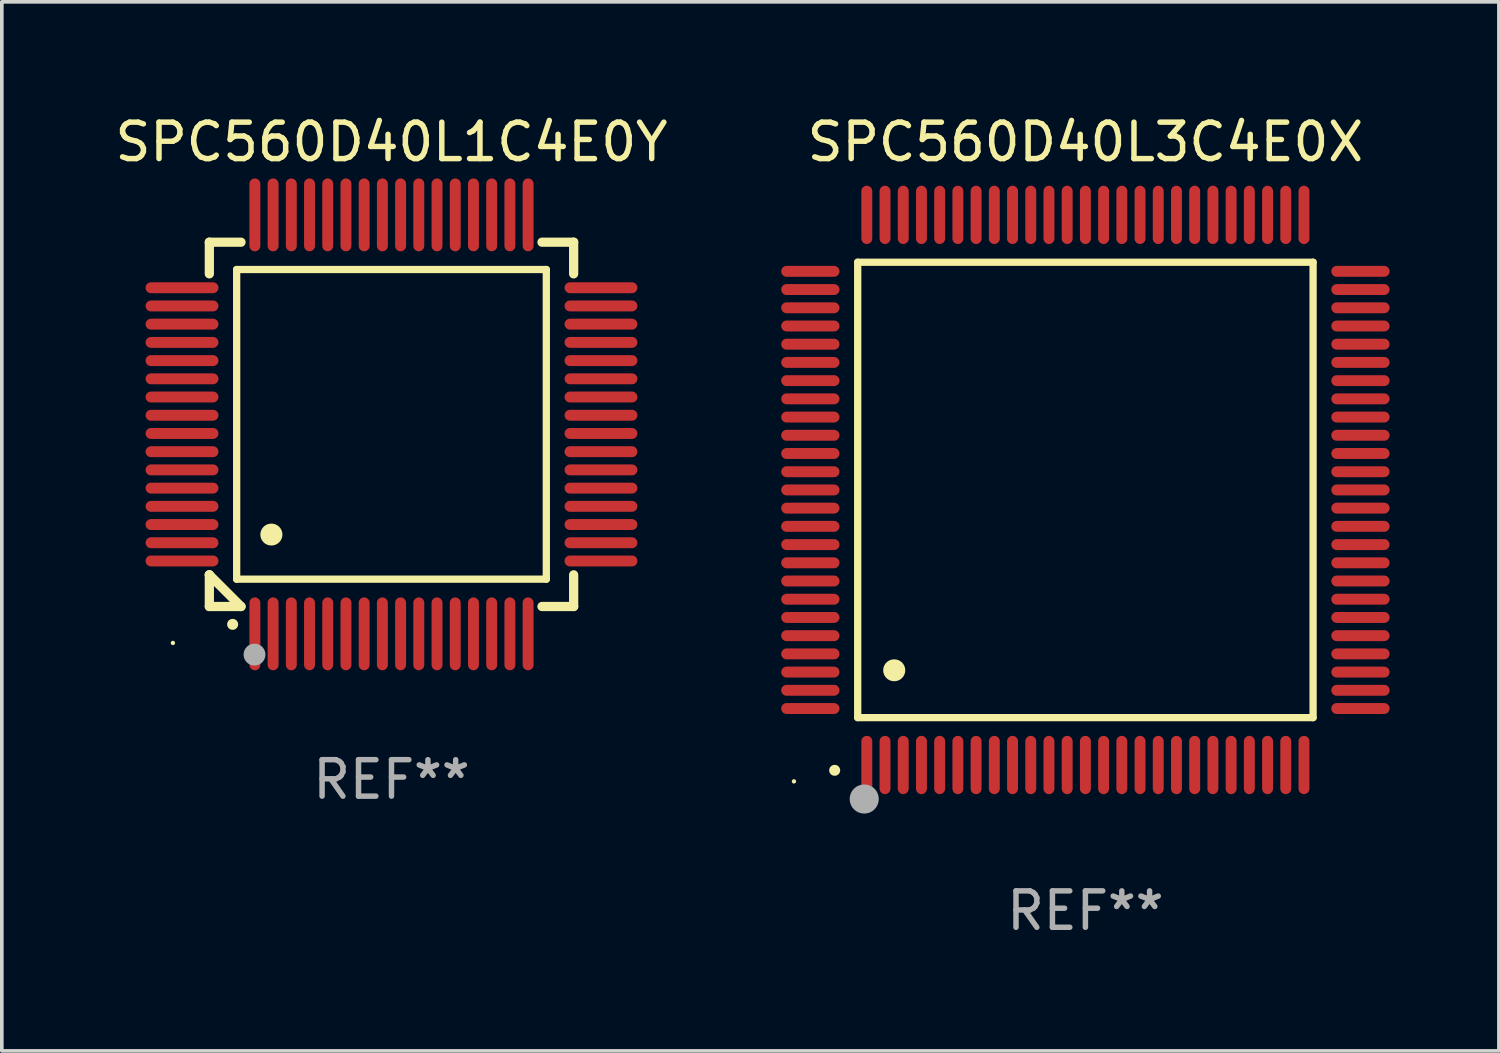
<source format=kicad_pcb>
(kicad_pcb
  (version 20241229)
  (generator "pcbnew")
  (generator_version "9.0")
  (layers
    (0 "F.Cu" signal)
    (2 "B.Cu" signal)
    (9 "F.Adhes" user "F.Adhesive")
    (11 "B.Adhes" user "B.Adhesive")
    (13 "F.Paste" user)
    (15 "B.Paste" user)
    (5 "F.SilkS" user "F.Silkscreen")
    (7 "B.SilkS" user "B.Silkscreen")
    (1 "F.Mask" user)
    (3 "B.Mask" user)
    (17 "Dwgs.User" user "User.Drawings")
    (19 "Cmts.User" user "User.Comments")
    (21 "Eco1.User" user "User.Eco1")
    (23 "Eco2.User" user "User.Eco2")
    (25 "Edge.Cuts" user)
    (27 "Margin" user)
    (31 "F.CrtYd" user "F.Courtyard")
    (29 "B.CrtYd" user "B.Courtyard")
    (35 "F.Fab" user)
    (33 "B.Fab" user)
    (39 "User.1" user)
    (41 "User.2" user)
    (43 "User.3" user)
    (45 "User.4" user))
  (footprint "SPC560D40L1C4E0Y"
    (layer "F.Cu")
    (at 7.696 8.598)
    (property "Reference" "SPC560D40L1C4E0Y" (at 0 -7.75 0) (layer "F.SilkS") (effects (font (size 1 1) (thickness 0.15))))
    (attr through_hole)
    (fp_line (start -5 -5) (end -4.131 -5) (stroke (width 0.254) (type solid)) (layer "F.SilkS"))
    (fp_line (start -5 -4.131) (end -5 -5) (stroke (width 0.254) (type solid)) (layer "F.SilkS"))
    (fp_line (start -5 4.131) (end -5 4.131) (stroke (width 0.254) (type solid)) (layer "F.SilkS"))
    (fp_line (start -5 5) (end -5 4.131) (stroke (width 0.254) (type solid)) (layer "F.SilkS"))
    (fp_line (start -5 4.131) (end -4.131 5) (stroke (width 0.254) (type solid)) (layer "F.SilkS"))
    (fp_line (start -4.25 -4.25) (end -4.25 4.25) (stroke (width 0.2) (type solid)) (layer "F.SilkS"))
    (fp_line (start -4.25 4.25) (end 4.25 4.25) (stroke (width 0.2) (type solid)) (layer "F.SilkS"))
    (fp_line (start -4.131 5) (end -5 5) (stroke (width 0.254) (type solid)) (layer "F.SilkS"))
    (fp_line (start 4.25 -4.25) (end -4.25 -4.25) (stroke (width 0.2) (type solid)) (layer "F.SilkS"))
    (fp_line (start 4.25 4.25) (end 4.25 -4.25) (stroke (width 0.2) (type solid)) (layer "F.SilkS"))
    (fp_line (start 5 -5) (end 4.131 -5) (stroke (width 0.254) (type solid)) (layer "F.SilkS"))
    (fp_line (start 5 -5) (end 5 -4.131) (stroke (width 0.254) (type solid)) (layer "F.SilkS"))
    (fp_line (start 5 4.131) (end 5 5) (stroke (width 0.254) (type solid)) (layer "F.SilkS"))
    (fp_line (start 5 5) (end 4.131 5) (stroke (width 0.254) (type solid)) (layer "F.SilkS"))
    (fp_arc (start -4.361265 5.489992) (mid -4.359995 5.489987) (end -4.358725 5.489992) (stroke (width 0.3) (type solid)) (layer "F.SilkS"))
    (fp_arc (start -3.299467 3.025146) (mid -3.296927 3.025135) (end -3.294387 3.025146) (stroke (width 0.6) (type solid)) (layer "F.SilkS"))
    (fp_circle (center -6 6) (end -5.97 6) (stroke (width 0.06) (type solid)) (fill no) (layer "F.SilkS"))
    (fp_circle (center -3.76 6.32) (end -3.61 6.32) (stroke (width 0.3) (type solid)) (fill no) (layer "F.Fab"))
    (fp_text user "REF**" (at 0 9.75 0) (layer "F.Fab") (effects (font (size 1 1) (thickness 0.15))))
    (pad "1" smd oval (at -3.75 5.75) (size 0.3 2) (layers "F.Cu" "F.Mask" "F.Paste"))
    (pad "2" smd oval (at -3.25 5.75) (size 0.3 2) (layers "F.Cu" "F.Mask" "F.Paste"))
    (pad "3" smd oval (at -2.75 5.75) (size 0.3 2) (layers "F.Cu" "F.Mask" "F.Paste"))
    (pad "4" smd oval (at -2.25 5.75) (size 0.3 2) (layers "F.Cu" "F.Mask" "F.Paste"))
    (pad "5" smd oval (at -1.75 5.75) (size 0.3 2) (layers "F.Cu" "F.Mask" "F.Paste"))
    (pad "6" smd oval (at -1.25 5.75) (size 0.3 2) (layers "F.Cu" "F.Mask" "F.Paste"))
    (pad "7" smd oval (at -0.75 5.75) (size 0.3 2) (layers "F.Cu" "F.Mask" "F.Paste"))
    (pad "8" smd oval (at -0.25 5.75) (size 0.3 2) (layers "F.Cu" "F.Mask" "F.Paste"))
    (pad "9" smd oval (at 0.25 5.75) (size 0.3 2) (layers "F.Cu" "F.Mask" "F.Paste"))
    (pad "10" smd oval (at 0.75 5.75) (size 0.3 2) (layers "F.Cu" "F.Mask" "F.Paste"))
    (pad "11" smd oval (at 1.25 5.75) (size 0.3 2) (layers "F.Cu" "F.Mask" "F.Paste"))
    (pad "12" smd oval (at 1.75 5.75) (size 0.3 2) (layers "F.Cu" "F.Mask" "F.Paste"))
    (pad "13" smd oval (at 2.25 5.75) (size 0.3 2) (layers "F.Cu" "F.Mask" "F.Paste"))
    (pad "14" smd oval (at 2.75 5.75) (size 0.3 2) (layers "F.Cu" "F.Mask" "F.Paste"))
    (pad "15" smd oval (at 3.25 5.75) (size 0.3 2) (layers "F.Cu" "F.Mask" "F.Paste"))
    (pad "16" smd oval (at 3.75 5.75) (size 0.3 2) (layers "F.Cu" "F.Mask" "F.Paste"))
    (pad "17" smd oval (at 5.75 3.75) (size 2 0.3) (layers "F.Cu" "F.Mask" "F.Paste"))
    (pad "18" smd oval (at 5.75 3.25) (size 2 0.3) (layers "F.Cu" "F.Mask" "F.Paste"))
    (pad "19" smd oval (at 5.75 2.75) (size 2 0.3) (layers "F.Cu" "F.Mask" "F.Paste"))
    (pad "20" smd oval (at 5.75 2.25) (size 2 0.3) (layers "F.Cu" "F.Mask" "F.Paste"))
    (pad "21" smd oval (at 5.75 1.75) (size 2 0.3) (layers "F.Cu" "F.Mask" "F.Paste"))
    (pad "22" smd oval (at 5.75 1.25) (size 2 0.3) (layers "F.Cu" "F.Mask" "F.Paste"))
    (pad "23" smd oval (at 5.75 0.75) (size 2 0.3) (layers "F.Cu" "F.Mask" "F.Paste"))
    (pad "24" smd oval (at 5.75 0.25) (size 2 0.3) (layers "F.Cu" "F.Mask" "F.Paste"))
    (pad "25" smd oval (at 5.75 -0.25) (size 2 0.3) (layers "F.Cu" "F.Mask" "F.Paste"))
    (pad "26" smd oval (at 5.75 -0.75) (size 2 0.3) (layers "F.Cu" "F.Mask" "F.Paste"))
    (pad "27" smd oval (at 5.75 -1.25) (size 2 0.3) (layers "F.Cu" "F.Mask" "F.Paste"))
    (pad "28" smd oval (at 5.75 -1.75) (size 2 0.3) (layers "F.Cu" "F.Mask" "F.Paste"))
    (pad "29" smd oval (at 5.75 -2.25) (size 2 0.3) (layers "F.Cu" "F.Mask" "F.Paste"))
    (pad "30" smd oval (at 5.75 -2.75) (size 2 0.3) (layers "F.Cu" "F.Mask" "F.Paste"))
    (pad "31" smd oval (at 5.75 -3.25) (size 2 0.3) (layers "F.Cu" "F.Mask" "F.Paste"))
    (pad "32" smd oval (at 5.75 -3.75) (size 2 0.3) (layers "F.Cu" "F.Mask" "F.Paste"))
    (pad "33" smd oval (at 3.75 -5.75) (size 0.3 2) (layers "F.Cu" "F.Mask" "F.Paste"))
    (pad "34" smd oval (at 3.25 -5.75) (size 0.3 2) (layers "F.Cu" "F.Mask" "F.Paste"))
    (pad "35" smd oval (at 2.75 -5.75) (size 0.3 2) (layers "F.Cu" "F.Mask" "F.Paste"))
    (pad "36" smd oval (at 2.25 -5.75) (size 0.3 2) (layers "F.Cu" "F.Mask" "F.Paste"))
    (pad "37" smd oval (at 1.75 -5.75) (size 0.3 2) (layers "F.Cu" "F.Mask" "F.Paste"))
    (pad "38" smd oval (at 1.25 -5.75) (size 0.3 2) (layers "F.Cu" "F.Mask" "F.Paste"))
    (pad "39" smd oval (at 0.75 -5.75) (size 0.3 2) (layers "F.Cu" "F.Mask" "F.Paste"))
    (pad "40" smd oval (at 0.25 -5.75) (size 0.3 2) (layers "F.Cu" "F.Mask" "F.Paste"))
    (pad "41" smd oval (at -0.25 -5.75) (size 0.3 2) (layers "F.Cu" "F.Mask" "F.Paste"))
    (pad "42" smd oval (at -0.75 -5.75) (size 0.3 2) (layers "F.Cu" "F.Mask" "F.Paste"))
    (pad "43" smd oval (at -1.25 -5.75) (size 0.3 2) (layers "F.Cu" "F.Mask" "F.Paste"))
    (pad "44" smd oval (at -1.75 -5.75) (size 0.3 2) (layers "F.Cu" "F.Mask" "F.Paste"))
    (pad "45" smd oval (at -2.25 -5.75) (size 0.3 2) (layers "F.Cu" "F.Mask" "F.Paste"))
    (pad "46" smd oval (at -2.75 -5.75) (size 0.3 2) (layers "F.Cu" "F.Mask" "F.Paste"))
    (pad "47" smd oval (at -3.25 -5.75) (size 0.3 2) (layers "F.Cu" "F.Mask" "F.Paste"))
    (pad "48" smd oval (at -3.75 -5.75) (size 0.3 2) (layers "F.Cu" "F.Mask" "F.Paste"))
    (pad "49" smd oval (at -5.75 -3.75) (size 2 0.3) (layers "F.Cu" "F.Mask" "F.Paste"))
    (pad "50" smd oval (at -5.75 -3.25) (size 2 0.3) (layers "F.Cu" "F.Mask" "F.Paste"))
    (pad "51" smd oval (at -5.75 -2.75) (size 2 0.3) (layers "F.Cu" "F.Mask" "F.Paste"))
    (pad "52" smd oval (at -5.75 -2.25) (size 2 0.3) (layers "F.Cu" "F.Mask" "F.Paste"))
    (pad "53" smd oval (at -5.75 -1.75) (size 2 0.3) (layers "F.Cu" "F.Mask" "F.Paste"))
    (pad "54" smd oval (at -5.75 -1.25) (size 2 0.3) (layers "F.Cu" "F.Mask" "F.Paste"))
    (pad "55" smd oval (at -5.75 -0.75) (size 2 0.3) (layers "F.Cu" "F.Mask" "F.Paste"))
    (pad "56" smd oval (at -5.75 -0.25) (size 2 0.3) (layers "F.Cu" "F.Mask" "F.Paste"))
    (pad "57" smd oval (at -5.75 0.25) (size 2 0.3) (layers "F.Cu" "F.Mask" "F.Paste"))
    (pad "58" smd oval (at -5.75 0.75) (size 2 0.3) (layers "F.Cu" "F.Mask" "F.Paste"))
    (pad "59" smd oval (at -5.75 1.25) (size 2 0.3) (layers "F.Cu" "F.Mask" "F.Paste"))
    (pad "60" smd oval (at -5.75 1.75) (size 2 0.3) (layers "F.Cu" "F.Mask" "F.Paste"))
    (pad "61" smd oval (at -5.75 2.25) (size 2 0.3) (layers "F.Cu" "F.Mask" "F.Paste"))
    (pad "62" smd oval (at -5.75 2.75) (size 2 0.3) (layers "F.Cu" "F.Mask" "F.Paste"))
    (pad "63" smd oval (at -5.75 3.25) (size 2 0.3) (layers "F.Cu" "F.Mask" "F.Paste"))
    (pad "64" smd oval (at -5.75 3.75) (size 2 0.3) (layers "F.Cu" "F.Mask" "F.Paste")))
  (footprint "SPC560D40L3C4E0X"
    (layer "F.Cu")
    (at 26.743 10.398)
    (property "Reference" "SPC560D40L3C4E0X" (at 0 -9.55 0) (layer "F.SilkS") (effects (font (size 1 1) (thickness 0.15))))
    (attr through_hole)
    (fp_line (start -6.25 -6.25) (end -6.25 6.25) (stroke (width 0.2) (type solid)) (layer "F.SilkS"))
    (fp_line (start -6.25 6.25) (end 6.25 6.25) (stroke (width 0.2) (type solid)) (layer "F.SilkS"))
    (fp_line (start 6.25 -6.25) (end -6.25 -6.25) (stroke (width 0.2) (type solid)) (layer "F.SilkS"))
    (fp_line (start 6.25 6.25) (end 6.25 -6.25) (stroke (width 0.2) (type solid)) (layer "F.SilkS"))
    (fp_arc (start -6.883414 7.696215) (mid -6.882144 7.69621) (end -6.880874 7.696215) (stroke (width 0.3) (type solid)) (layer "F.SilkS"))
    (fp_arc (start -5.250191 4.95047) (mid -5.247651 4.950459) (end -5.245111 4.95047) (stroke (width 0.6) (type solid)) (layer "F.SilkS"))
    (fp_circle (center -8 8) (end -7.97 8) (stroke (width 0.06) (type solid)) (fill no) (layer "F.SilkS"))
    (fp_circle (center -6.071 8.484) (end -5.871 8.484) (stroke (width 0.4) (type solid)) (fill no) (layer "F.Fab"))
    (fp_text user "REF**" (at 0 11.55 0) (layer "F.Fab") (effects (font (size 1 1) (thickness 0.15))))
    (pad "1" smd oval (at -6 7.55) (size 0.3 1.6) (layers "F.Cu" "F.Mask" "F.Paste"))
    (pad "2" smd oval (at -5.5 7.55) (size 0.3 1.6) (layers "F.Cu" "F.Mask" "F.Paste"))
    (pad "3" smd oval (at -5 7.55) (size 0.3 1.6) (layers "F.Cu" "F.Mask" "F.Paste"))
    (pad "4" smd oval (at -4.5 7.55) (size 0.3 1.6) (layers "F.Cu" "F.Mask" "F.Paste"))
    (pad "5" smd oval (at -4 7.55) (size 0.3 1.6) (layers "F.Cu" "F.Mask" "F.Paste"))
    (pad "6" smd oval (at -3.5 7.55) (size 0.3 1.6) (layers "F.Cu" "F.Mask" "F.Paste"))
    (pad "7" smd oval (at -3 7.55) (size 0.3 1.6) (layers "F.Cu" "F.Mask" "F.Paste"))
    (pad "8" smd oval (at -2.5 7.55) (size 0.3 1.6) (layers "F.Cu" "F.Mask" "F.Paste"))
    (pad "9" smd oval (at -2 7.55) (size 0.3 1.6) (layers "F.Cu" "F.Mask" "F.Paste"))
    (pad "10" smd oval (at -1.5 7.55) (size 0.3 1.6) (layers "F.Cu" "F.Mask" "F.Paste"))
    (pad "11" smd oval (at -1 7.55) (size 0.3 1.6) (layers "F.Cu" "F.Mask" "F.Paste"))
    (pad "12" smd oval (at -0.5 7.55) (size 0.3 1.6) (layers "F.Cu" "F.Mask" "F.Paste"))
    (pad "13" smd oval (at 0 7.55) (size 0.3 1.6) (layers "F.Cu" "F.Mask" "F.Paste"))
    (pad "14" smd oval (at 0.5 7.55) (size 0.3 1.6) (layers "F.Cu" "F.Mask" "F.Paste"))
    (pad "15" smd oval (at 1 7.55) (size 0.3 1.6) (layers "F.Cu" "F.Mask" "F.Paste"))
    (pad "16" smd oval (at 1.5 7.55) (size 0.3 1.6) (layers "F.Cu" "F.Mask" "F.Paste"))
    (pad "17" smd oval (at 2 7.55) (size 0.3 1.6) (layers "F.Cu" "F.Mask" "F.Paste"))
    (pad "18" smd oval (at 2.5 7.55) (size 0.3 1.6) (layers "F.Cu" "F.Mask" "F.Paste"))
    (pad "19" smd oval (at 3 7.55) (size 0.3 1.6) (layers "F.Cu" "F.Mask" "F.Paste"))
    (pad "20" smd oval (at 3.5 7.55) (size 0.3 1.6) (layers "F.Cu" "F.Mask" "F.Paste"))
    (pad "21" smd oval (at 4 7.55) (size 0.3 1.6) (layers "F.Cu" "F.Mask" "F.Paste"))
    (pad "22" smd oval (at 4.5 7.55) (size 0.3 1.6) (layers "F.Cu" "F.Mask" "F.Paste"))
    (pad "23" smd oval (at 5 7.55) (size 0.3 1.6) (layers "F.Cu" "F.Mask" "F.Paste"))
    (pad "24" smd oval (at 5.5 7.55) (size 0.3 1.6) (layers "F.Cu" "F.Mask" "F.Paste"))
    (pad "25" smd oval (at 6 7.55) (size 0.3 1.6) (layers "F.Cu" "F.Mask" "F.Paste"))
    (pad "26" smd oval (at 7.55 6) (size 1.6 0.3) (layers "F.Cu" "F.Mask" "F.Paste"))
    (pad "27" smd oval (at 7.55 5.5) (size 1.6 0.3) (layers "F.Cu" "F.Mask" "F.Paste"))
    (pad "28" smd oval (at 7.55 5) (size 1.6 0.3) (layers "F.Cu" "F.Mask" "F.Paste"))
    (pad "29" smd oval (at 7.55 4.5) (size 1.6 0.3) (layers "F.Cu" "F.Mask" "F.Paste"))
    (pad "30" smd oval (at 7.55 4) (size 1.6 0.3) (layers "F.Cu" "F.Mask" "F.Paste"))
    (pad "31" smd oval (at 7.55 3.5) (size 1.6 0.3) (layers "F.Cu" "F.Mask" "F.Paste"))
    (pad "32" smd oval (at 7.55 3) (size 1.6 0.3) (layers "F.Cu" "F.Mask" "F.Paste"))
    (pad "33" smd oval (at 7.55 2.5) (size 1.6 0.3) (layers "F.Cu" "F.Mask" "F.Paste"))
    (pad "34" smd oval (at 7.55 2) (size 1.6 0.3) (layers "F.Cu" "F.Mask" "F.Paste"))
    (pad "35" smd oval (at 7.55 1.5) (size 1.6 0.3) (layers "F.Cu" "F.Mask" "F.Paste"))
    (pad "36" smd oval (at 7.55 1) (size 1.6 0.3) (layers "F.Cu" "F.Mask" "F.Paste"))
    (pad "37" smd oval (at 7.55 0.5) (size 1.6 0.3) (layers "F.Cu" "F.Mask" "F.Paste"))
    (pad "38" smd oval (at 7.55 0) (size 1.6 0.3) (layers "F.Cu" "F.Mask" "F.Paste"))
    (pad "39" smd oval (at 7.55 -0.5) (size 1.6 0.3) (layers "F.Cu" "F.Mask" "F.Paste"))
    (pad "40" smd oval (at 7.55 -1) (size 1.6 0.3) (layers "F.Cu" "F.Mask" "F.Paste"))
    (pad "41" smd oval (at 7.55 -1.5) (size 1.6 0.3) (layers "F.Cu" "F.Mask" "F.Paste"))
    (pad "42" smd oval (at 7.55 -2) (size 1.6 0.3) (layers "F.Cu" "F.Mask" "F.Paste"))
    (pad "43" smd oval (at 7.55 -2.5) (size 1.6 0.3) (layers "F.Cu" "F.Mask" "F.Paste"))
    (pad "44" smd oval (at 7.55 -3) (size 1.6 0.3) (layers "F.Cu" "F.Mask" "F.Paste"))
    (pad "45" smd oval (at 7.55 -3.5) (size 1.6 0.3) (layers "F.Cu" "F.Mask" "F.Paste"))
    (pad "46" smd oval (at 7.55 -4) (size 1.6 0.3) (layers "F.Cu" "F.Mask" "F.Paste"))
    (pad "47" smd oval (at 7.55 -4.5) (size 1.6 0.3) (layers "F.Cu" "F.Mask" "F.Paste"))
    (pad "48" smd oval (at 7.55 -5) (size 1.6 0.3) (layers "F.Cu" "F.Mask" "F.Paste"))
    (pad "49" smd oval (at 7.55 -5.5) (size 1.6 0.3) (layers "F.Cu" "F.Mask" "F.Paste"))
    (pad "50" smd oval (at 7.55 -6) (size 1.6 0.3) (layers "F.Cu" "F.Mask" "F.Paste"))
    (pad "51" smd oval (at 6 -7.55) (size 0.3 1.6) (layers "F.Cu" "F.Mask" "F.Paste"))
    (pad "52" smd oval (at 5.5 -7.55) (size 0.3 1.6) (layers "F.Cu" "F.Mask" "F.Paste"))
    (pad "53" smd oval (at 5 -7.55) (size 0.3 1.6) (layers "F.Cu" "F.Mask" "F.Paste"))
    (pad "54" smd oval (at 4.5 -7.55) (size 0.3 1.6) (layers "F.Cu" "F.Mask" "F.Paste"))
    (pad "55" smd oval (at 4 -7.55) (size 0.3 1.6) (layers "F.Cu" "F.Mask" "F.Paste"))
    (pad "56" smd oval (at 3.5 -7.55) (size 0.3 1.6) (layers "F.Cu" "F.Mask" "F.Paste"))
    (pad "57" smd oval (at 3 -7.55) (size 0.3 1.6) (layers "F.Cu" "F.Mask" "F.Paste"))
    (pad "58" smd oval (at 2.5 -7.55) (size 0.3 1.6) (layers "F.Cu" "F.Mask" "F.Paste"))
    (pad "59" smd oval (at 2 -7.55) (size 0.3 1.6) (layers "F.Cu" "F.Mask" "F.Paste"))
    (pad "60" smd oval (at 1.5 -7.55) (size 0.3 1.6) (layers "F.Cu" "F.Mask" "F.Paste"))
    (pad "61" smd oval (at 1 -7.55) (size 0.3 1.6) (layers "F.Cu" "F.Mask" "F.Paste"))
    (pad "62" smd oval (at 0.5 -7.55) (size 0.3 1.6) (layers "F.Cu" "F.Mask" "F.Paste"))
    (pad "63" smd oval (at 0 -7.55) (size 0.3 1.6) (layers "F.Cu" "F.Mask" "F.Paste"))
    (pad "64" smd oval (at -0.5 -7.55) (size 0.3 1.6) (layers "F.Cu" "F.Mask" "F.Paste"))
    (pad "65" smd oval (at -1 -7.55) (size 0.3 1.6) (layers "F.Cu" "F.Mask" "F.Paste"))
    (pad "66" smd oval (at -1.5 -7.55) (size 0.3 1.6) (layers "F.Cu" "F.Mask" "F.Paste"))
    (pad "67" smd oval (at -2 -7.55) (size 0.3 1.6) (layers "F.Cu" "F.Mask" "F.Paste"))
    (pad "68" smd oval (at -2.5 -7.55) (size 0.3 1.6) (layers "F.Cu" "F.Mask" "F.Paste"))
    (pad "69" smd oval (at -3 -7.55) (size 0.3 1.6) (layers "F.Cu" "F.Mask" "F.Paste"))
    (pad "70" smd oval (at -3.5 -7.55) (size 0.3 1.6) (layers "F.Cu" "F.Mask" "F.Paste"))
    (pad "71" smd oval (at -4 -7.55) (size 0.3 1.6) (layers "F.Cu" "F.Mask" "F.Paste"))
    (pad "72" smd oval (at -4.5 -7.55) (size 0.3 1.6) (layers "F.Cu" "F.Mask" "F.Paste"))
    (pad "73" smd oval (at -5 -7.55) (size 0.3 1.6) (layers "F.Cu" "F.Mask" "F.Paste"))
    (pad "74" smd oval (at -5.5 -7.55) (size 0.3 1.6) (layers "F.Cu" "F.Mask" "F.Paste"))
    (pad "75" smd oval (at -6 -7.55) (size 0.3 1.6) (layers "F.Cu" "F.Mask" "F.Paste"))
    (pad "76" smd oval (at -7.55 -6) (size 1.6 0.3) (layers "F.Cu" "F.Mask" "F.Paste"))
    (pad "77" smd oval (at -7.55 -5.5) (size 1.6 0.3) (layers "F.Cu" "F.Mask" "F.Paste"))
    (pad "78" smd oval (at -7.55 -5) (size 1.6 0.3) (layers "F.Cu" "F.Mask" "F.Paste"))
    (pad "79" smd oval (at -7.55 -4.5) (size 1.6 0.3) (layers "F.Cu" "F.Mask" "F.Paste"))
    (pad "80" smd oval (at -7.55 -4) (size 1.6 0.3) (layers "F.Cu" "F.Mask" "F.Paste"))
    (pad "81" smd oval (at -7.55 -3.5) (size 1.6 0.3) (layers "F.Cu" "F.Mask" "F.Paste"))
    (pad "82" smd oval (at -7.55 -3) (size 1.6 0.3) (layers "F.Cu" "F.Mask" "F.Paste"))
    (pad "83" smd oval (at -7.55 -2.5) (size 1.6 0.3) (layers "F.Cu" "F.Mask" "F.Paste"))
    (pad "84" smd oval (at -7.55 -2) (size 1.6 0.3) (layers "F.Cu" "F.Mask" "F.Paste"))
    (pad "85" smd oval (at -7.55 -1.5) (size 1.6 0.3) (layers "F.Cu" "F.Mask" "F.Paste"))
    (pad "86" smd oval (at -7.55 -1) (size 1.6 0.3) (layers "F.Cu" "F.Mask" "F.Paste"))
    (pad "87" smd oval (at -7.55 -0.5) (size 1.6 0.3) (layers "F.Cu" "F.Mask" "F.Paste"))
    (pad "88" smd oval (at -7.55 0) (size 1.6 0.3) (layers "F.Cu" "F.Mask" "F.Paste"))
    (pad "89" smd oval (at -7.55 0.5) (size 1.6 0.3) (layers "F.Cu" "F.Mask" "F.Paste"))
    (pad "90" smd oval (at -7.55 1) (size 1.6 0.3) (layers "F.Cu" "F.Mask" "F.Paste"))
    (pad "91" smd oval (at -7.55 1.5) (size 1.6 0.3) (layers "F.Cu" "F.Mask" "F.Paste"))
    (pad "92" smd oval (at -7.55 2) (size 1.6 0.3) (layers "F.Cu" "F.Mask" "F.Paste"))
    (pad "93" smd oval (at -7.55 2.5) (size 1.6 0.3) (layers "F.Cu" "F.Mask" "F.Paste"))
    (pad "94" smd oval (at -7.55 3) (size 1.6 0.3) (layers "F.Cu" "F.Mask" "F.Paste"))
    (pad "95" smd oval (at -7.55 3.5) (size 1.6 0.3) (layers "F.Cu" "F.Mask" "F.Paste"))
    (pad "96" smd oval (at -7.55 4) (size 1.6 0.3) (layers "F.Cu" "F.Mask" "F.Paste"))
    (pad "97" smd oval (at -7.55 4.5) (size 1.6 0.3) (layers "F.Cu" "F.Mask" "F.Paste"))
    (pad "98" smd oval (at -7.55 5) (size 1.6 0.3) (layers "F.Cu" "F.Mask" "F.Paste"))
    (pad "99" smd oval (at -7.55 5.5) (size 1.6 0.3) (layers "F.Cu" "F.Mask" "F.Paste"))
    (pad "100" smd oval (at -7.55 6) (size 1.6 0.3) (layers "F.Cu" "F.Mask" "F.Paste")))
  (gr_rect
    (start -3 -3)
    (end 38.093 25.796)
    (stroke (width 0.1) (type default))
    (fill no)
    (layer "Edge.Cuts")))
</source>
